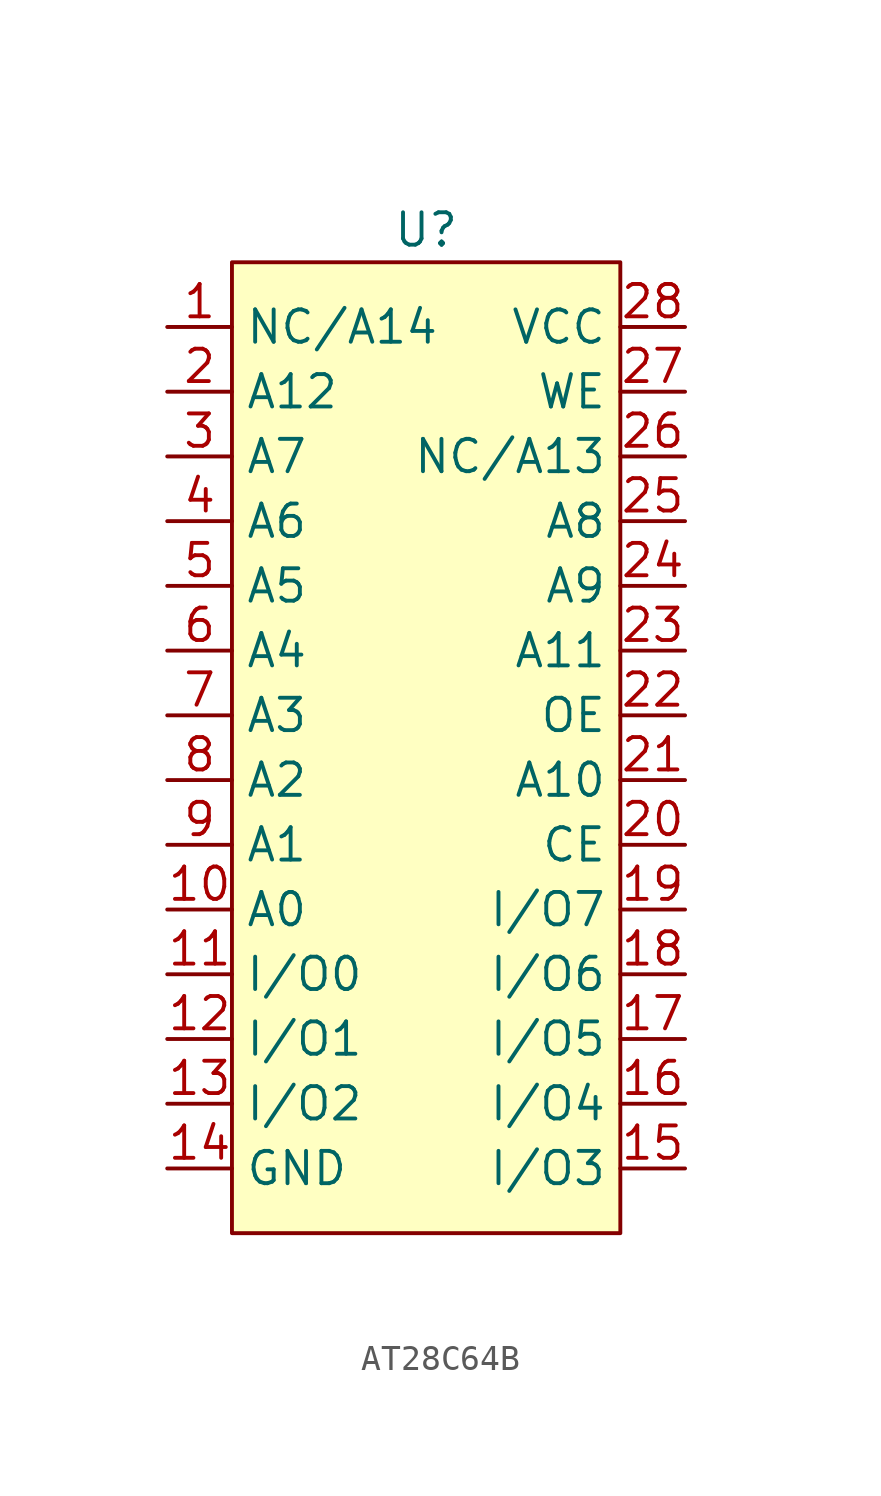
<source format=kicad_sym>
(kicad_symbol_lib
  (version 20220914)
  (generator kicad_symbol_editor)
  (symbol "AT28C64B"
    (property "Reference" "U"
      (at 0 20.32 0)
      (effects (font (size 1.27 1.27))))
    (property "Value" ""
      (at 11.43 3.81 0)
      (effects (font (size 1.27 1.27))))
    (symbol "AT28C64B_1_1"
      (rectangle (start -7.62 19.05) (end 7.62 -19.05) (stroke (width 0) (type default)) (fill (type background)))
      (pin input line (at -10.16 16.51 0) (length 2.54) (name "NC/A14" (effects (font (size 1.27 1.27)))) (number "1" (effects (font (size 1.27 1.27)))))
      (pin input line (at -10.16 -6.35 0) (length 2.54) (name "A0" (effects (font (size 1.27 1.27)))) (number "10" (effects (font (size 1.27 1.27)))))
      (pin output line (at -10.16 -8.89 0) (length 2.54) (name "I/O0" (effects (font (size 1.27 1.27)))) (number "11" (effects (font (size 1.27 1.27)))))
      (pin output line (at -10.16 -11.43 0) (length 2.54) (name "I/O1" (effects (font (size 1.27 1.27)))) (number "12" (effects (font (size 1.27 1.27)))))
      (pin output line (at -10.16 -13.97 0) (length 2.54) (name "I/O2" (effects (font (size 1.27 1.27)))) (number "13" (effects (font (size 1.27 1.27)))))
      (pin power_in line (at -10.16 -16.51 0) (length 2.54) (name "GND" (effects (font (size 1.27 1.27)))) (number "14" (effects (font (size 1.27 1.27)))))
      (pin output line (at 10.16 -16.51 180) (length 2.54) (name "I/O3" (effects (font (size 1.27 1.27)))) (number "15" (effects (font (size 1.27 1.27)))))
      (pin output line (at 10.16 -13.97 180) (length 2.54) (name "I/O4" (effects (font (size 1.27 1.27)))) (number "16" (effects (font (size 1.27 1.27)))))
      (pin output line (at 10.16 -11.43 180) (length 2.54) (name "I/O5" (effects (font (size 1.27 1.27)))) (number "17" (effects (font (size 1.27 1.27)))))
      (pin output line (at 10.16 -8.89 180) (length 2.54) (name "I/O6" (effects (font (size 1.27 1.27)))) (number "18" (effects (font (size 1.27 1.27)))))
      (pin output line (at 10.16 -6.35 180) (length 2.54) (name "I/O7" (effects (font (size 1.27 1.27)))) (number "19" (effects (font (size 1.27 1.27)))))
      (pin input line (at -10.16 13.97 0) (length 2.54) (name "A12" (effects (font (size 1.27 1.27)))) (number "2" (effects (font (size 1.27 1.27)))))
      (pin input line (at 10.16 -3.81 180) (length 2.54) (name "CE" (effects (font (size 1.27 1.27)))) (number "20" (effects (font (size 1.27 1.27)))))
      (pin input line (at 10.16 -1.27 180) (length 2.54) (name "A10" (effects (font (size 1.27 1.27)))) (number "21" (effects (font (size 1.27 1.27)))))
      (pin input line (at 10.16 1.27 180) (length 2.54) (name "OE" (effects (font (size 1.27 1.27)))) (number "22" (effects (font (size 1.27 1.27)))))
      (pin input line (at 10.16 3.81 180) (length 2.54) (name "A11" (effects (font (size 1.27 1.27)))) (number "23" (effects (font (size 1.27 1.27)))))
      (pin input line (at 10.16 6.35 180) (length 2.54) (name "A9" (effects (font (size 1.27 1.27)))) (number "24" (effects (font (size 1.27 1.27)))))
      (pin input line (at 10.16 8.89 180) (length 2.54) (name "A8" (effects (font (size 1.27 1.27)))) (number "25" (effects (font (size 1.27 1.27)))))
      (pin input line (at 10.16 11.43 180) (length 2.54) (name "NC/A13" (effects (font (size 1.27 1.27)))) (number "26" (effects (font (size 1.27 1.27)))))
      (pin input line (at 10.16 13.97 180) (length 2.54) (name "WE" (effects (font (size 1.27 1.27)))) (number "27" (effects (font (size 1.27 1.27)))))
      (pin power_in line (at 10.16 16.51 180) (length 2.54) (name "VCC" (effects (font (size 1.27 1.27)))) (number "28" (effects (font (size 1.27 1.27)))))
      (pin input line (at -10.16 11.43 0) (length 2.54) (name "A7" (effects (font (size 1.27 1.27)))) (number "3" (effects (font (size 1.27 1.27)))))
      (pin input line (at -10.16 8.89 0) (length 2.54) (name "A6" (effects (font (size 1.27 1.27)))) (number "4" (effects (font (size 1.27 1.27)))))
      (pin input line (at -10.16 6.35 0) (length 2.54) (name "A5" (effects (font (size 1.27 1.27)))) (number "5" (effects (font (size 1.27 1.27)))))
      (pin input line (at -10.16 3.81 0) (length 2.54) (name "A4" (effects (font (size 1.27 1.27)))) (number "6" (effects (font (size 1.27 1.27)))))
      (pin input line (at -10.16 1.27 0) (length 2.54) (name "A3" (effects (font (size 1.27 1.27)))) (number "7" (effects (font (size 1.27 1.27)))))
      (pin input line (at -10.16 -1.27 0) (length 2.54) (name "A2" (effects (font (size 1.27 1.27)))) (number "8" (effects (font (size 1.27 1.27)))))
      (pin input line (at -10.16 -3.81 0) (length 2.54) (name "A1" (effects (font (size 1.27 1.27)))) (number "9" (effects (font (size 1.27 1.27))))))))
</source>
